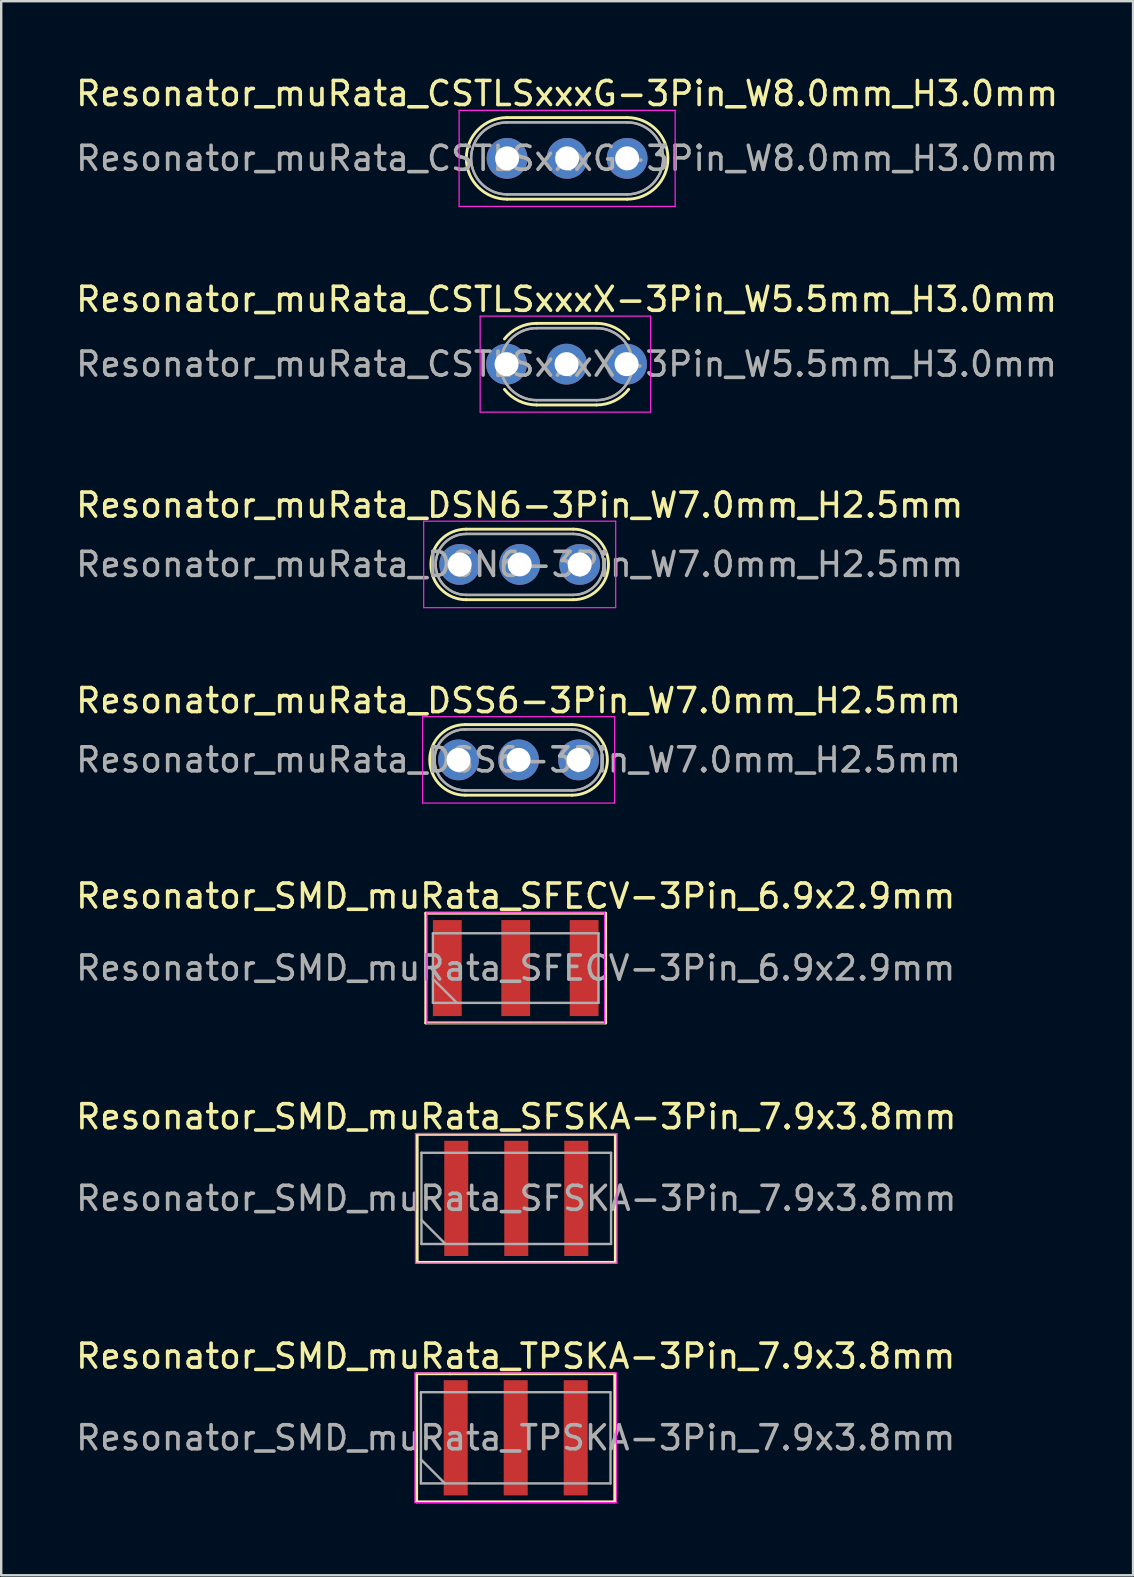
<source format=kicad_pcb>
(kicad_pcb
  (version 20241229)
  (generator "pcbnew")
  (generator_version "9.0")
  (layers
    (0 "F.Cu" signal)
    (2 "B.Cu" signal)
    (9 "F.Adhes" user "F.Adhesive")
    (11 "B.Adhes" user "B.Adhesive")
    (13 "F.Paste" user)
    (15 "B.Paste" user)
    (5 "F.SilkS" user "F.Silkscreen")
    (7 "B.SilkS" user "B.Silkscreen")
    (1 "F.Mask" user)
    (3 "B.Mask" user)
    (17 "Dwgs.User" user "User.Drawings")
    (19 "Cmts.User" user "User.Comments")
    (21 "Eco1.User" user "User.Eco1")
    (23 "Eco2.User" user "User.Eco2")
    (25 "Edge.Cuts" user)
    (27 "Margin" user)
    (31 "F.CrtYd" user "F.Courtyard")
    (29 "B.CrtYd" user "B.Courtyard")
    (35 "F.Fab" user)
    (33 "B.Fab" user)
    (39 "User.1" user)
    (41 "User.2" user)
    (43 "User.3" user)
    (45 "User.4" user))
  (footprint "Resonator_muRata_DSN6-3Pin_W7.0mm_H2.5mm"
    (layer "F.Cu")
    (at 16.101 20.465)
    (property "Reference" "Resonator_muRata_DSN6-3Pin_W7.0mm_H2.5mm" (at 2.5 -2.47 0) (layer "F.SilkS") (effects (font (size 1 1) (thickness 0.15))))
    (attr through_hole)
    (fp_line (start 0.27 -1.47) (end 4.73 -1.47) (stroke (width 0.12) (type solid)) (layer "F.SilkS"))
    (fp_line (start 0.27 1.47) (end 4.73 1.47) (stroke (width 0.12) (type solid)) (layer "F.SilkS"))
    (fp_arc (start 0.27 1.47) (mid -1.2 0) (end 0.27 -1.47) (stroke (width 0.12) (type solid)) (layer "F.SilkS"))
    (fp_arc (start 4.73 -1.47) (mid 6.2 0) (end 4.73 1.47) (stroke (width 0.12) (type solid)) (layer "F.SilkS"))
    (fp_line (start -1.5 -1.8) (end -1.5 1.8) (stroke (width 0.05) (type solid)) (layer "F.CrtYd"))
    (fp_line (start -1.5 1.8) (end 6.5 1.8) (stroke (width 0.05) (type solid)) (layer "F.CrtYd"))
    (fp_line (start 6.5 -1.8) (end -1.5 -1.8) (stroke (width 0.05) (type solid)) (layer "F.CrtYd"))
    (fp_line (start 6.5 1.8) (end 6.5 -1.8) (stroke (width 0.05) (type solid)) (layer "F.CrtYd"))
    (fp_line (start 0.27 -1.27) (end 4.73 -1.27) (stroke (width 0.1) (type solid)) (layer "F.Fab"))
    (fp_line (start 0.27 -1.27) (end 4.73 -1.27) (stroke (width 0.1) (type solid)) (layer "F.Fab"))
    (fp_line (start 0.27 1.27) (end 4.73 1.27) (stroke (width 0.1) (type solid)) (layer "F.Fab"))
    (fp_line (start 0.27 1.27) (end 4.73 1.27) (stroke (width 0.1) (type solid)) (layer "F.Fab"))
    (fp_arc (start 0.27 1.27) (mid -1 0) (end 0.27 -1.27) (stroke (width 0.1) (type solid)) (layer "F.Fab"))
    (fp_arc (start 0.27 1.27) (mid -1 0) (end 0.27 -1.27) (stroke (width 0.1) (type solid)) (layer "F.Fab"))
    (fp_arc (start 4.73 -1.27) (mid 6 0) (end 4.73 1.27) (stroke (width 0.1) (type solid)) (layer "F.Fab"))
    (fp_arc (start 4.73 -1.27) (mid 6 0) (end 4.73 1.27) (stroke (width 0.1) (type solid)) (layer "F.Fab"))
    (fp_text user "${REFERENCE}" (at 2.5 0 0) (layer "F.Fab") (effects (font (size 1 1) (thickness 0.15))))
    (pad "1" thru_hole circle (at 0 0) (size 1.7 1.7) (drill 1) (layers "*.Cu" "*.Mask"))
    (pad "2" thru_hole circle (at 2.5 0) (size 1.7 1.7) (drill 1) (layers "*.Cu" "*.Mask"))
    (pad "3" thru_hole circle (at 5 0) (size 1.7 1.7) (drill 1) (layers "*.Cu" "*.Mask")))
  (footprint "Resonator_muRata_DSS6-3Pin_W7.0mm_H2.5mm"
    (layer "F.Cu")
    (at 16.054 28.608)
    (property "Reference" "Resonator_muRata_DSS6-3Pin_W7.0mm_H2.5mm" (at 2.5 -2.47 0) (layer "F.SilkS") (effects (font (size 1 1) (thickness 0.15))))
    (attr through_hole)
    (fp_line (start 0.27 -1.47) (end 4.73 -1.47) (stroke (width 0.12) (type solid)) (layer "F.SilkS"))
    (fp_line (start 0.27 1.47) (end 4.73 1.47) (stroke (width 0.12) (type solid)) (layer "F.SilkS"))
    (fp_arc (start 0.27 1.47) (mid -1.2 0) (end 0.27 -1.47) (stroke (width 0.12) (type solid)) (layer "F.SilkS"))
    (fp_arc (start 4.73 -1.47) (mid 6.2 0) (end 4.73 1.47) (stroke (width 0.12) (type solid)) (layer "F.SilkS"))
    (fp_line (start -1.5 -1.8) (end -1.5 1.8) (stroke (width 0.05) (type solid)) (layer "F.CrtYd"))
    (fp_line (start -1.5 1.8) (end 6.5 1.8) (stroke (width 0.05) (type solid)) (layer "F.CrtYd"))
    (fp_line (start 6.5 -1.8) (end -1.5 -1.8) (stroke (width 0.05) (type solid)) (layer "F.CrtYd"))
    (fp_line (start 6.5 1.8) (end 6.5 -1.8) (stroke (width 0.05) (type solid)) (layer "F.CrtYd"))
    (fp_line (start 0.27 -1.27) (end 4.73 -1.27) (stroke (width 0.1) (type solid)) (layer "F.Fab"))
    (fp_line (start 0.27 -1.27) (end 4.73 -1.27) (stroke (width 0.1) (type solid)) (layer "F.Fab"))
    (fp_line (start 0.27 1.27) (end 4.73 1.27) (stroke (width 0.1) (type solid)) (layer "F.Fab"))
    (fp_line (start 0.27 1.27) (end 4.73 1.27) (stroke (width 0.1) (type solid)) (layer "F.Fab"))
    (fp_arc (start 0.27 1.27) (mid -1 0) (end 0.27 -1.27) (stroke (width 0.1) (type solid)) (layer "F.Fab"))
    (fp_arc (start 0.27 1.27) (mid -1 0) (end 0.27 -1.27) (stroke (width 0.1) (type solid)) (layer "F.Fab"))
    (fp_arc (start 4.73 -1.27) (mid 6 0) (end 4.73 1.27) (stroke (width 0.1) (type solid)) (layer "F.Fab"))
    (fp_arc (start 4.73 -1.27) (mid 6 0) (end 4.73 1.27) (stroke (width 0.1) (type solid)) (layer "F.Fab"))
    (fp_text user "${REFERENCE}" (at 2.5 0 0) (layer "F.Fab") (effects (font (size 1 1) (thickness 0.15))))
    (pad "1" thru_hole circle (at 0 0) (size 1.7 1.7) (drill 1) (layers "*.Cu" "*.Mask"))
    (pad "2" thru_hole circle (at 2.5 0) (size 1.7 1.7) (drill 1) (layers "*.Cu" "*.Mask"))
    (pad "3" thru_hole circle (at 5 0) (size 1.7 1.7) (drill 1) (layers "*.Cu" "*.Mask")))
  (footprint "Resonator_muRata_CSTLSxxxG-3Pin_W8.0mm_H3.0mm"
    (layer "F.Cu")
    (at 18.077 3.548)
    (property "Reference" "Resonator_muRata_CSTLSxxxG-3Pin_W8.0mm_H3.0mm" (at 2.5 -2.7 0) (layer "F.SilkS") (effects (font (size 1 1) (thickness 0.15))))
    (attr through_hole)
    (fp_line (start 0 -1.7) (end 5 -1.7) (stroke (width 0.12) (type solid)) (layer "F.SilkS"))
    (fp_line (start 0 1.7) (end 5 1.7) (stroke (width 0.12) (type solid)) (layer "F.SilkS"))
    (fp_arc (start 0 1.7) (mid -1.7 0) (end 0 -1.7) (stroke (width 0.12) (type solid)) (layer "F.SilkS"))
    (fp_arc (start 5 -1.7) (mid 6.7 0) (end 5 1.7) (stroke (width 0.12) (type solid)) (layer "F.SilkS"))
    (fp_line (start -2 -2) (end -2 2) (stroke (width 0.05) (type solid)) (layer "F.CrtYd"))
    (fp_line (start -2 2) (end 7 2) (stroke (width 0.05) (type solid)) (layer "F.CrtYd"))
    (fp_line (start 7 -2) (end -2 -2) (stroke (width 0.05) (type solid)) (layer "F.CrtYd"))
    (fp_line (start 7 2) (end 7 -2) (stroke (width 0.05) (type solid)) (layer "F.CrtYd"))
    (fp_line (start 0 -1.5) (end 5 -1.5) (stroke (width 0.1) (type solid)) (layer "F.Fab"))
    (fp_line (start 0 -1.5) (end 5 -1.5) (stroke (width 0.1) (type solid)) (layer "F.Fab"))
    (fp_line (start 0 1.5) (end 5 1.5) (stroke (width 0.1) (type solid)) (layer "F.Fab"))
    (fp_line (start 0 1.5) (end 5 1.5) (stroke (width 0.1) (type solid)) (layer "F.Fab"))
    (fp_arc (start 0 1.5) (mid -1.5 0) (end 0 -1.5) (stroke (width 0.1) (type solid)) (layer "F.Fab"))
    (fp_arc (start 0 1.5) (mid -1.5 0) (end 0 -1.5) (stroke (width 0.1) (type solid)) (layer "F.Fab"))
    (fp_arc (start 5 -1.5) (mid 6.5 0) (end 5 1.5) (stroke (width 0.1) (type solid)) (layer "F.Fab"))
    (fp_arc (start 5 -1.5) (mid 6.5 0) (end 5 1.5) (stroke (width 0.1) (type solid)) (layer "F.Fab"))
    (fp_text user "${REFERENCE}" (at 2.5 0 0) (layer "F.Fab") (effects (font (size 1 1) (thickness 0.15))))
    (pad "1" thru_hole circle (at 0 0) (size 1.7 1.7) (drill 1) (layers "*.Cu" "*.Mask"))
    (pad "2" thru_hole circle (at 2.5 0) (size 1.7 1.7) (drill 1) (layers "*.Cu" "*.Mask"))
    (pad "3" thru_hole circle (at 5 0) (size 1.7 1.7) (drill 1) (layers "*.Cu" "*.Mask")))
  (footprint "Resonator_muRata_CSTLSxxxX-3Pin_W5.5mm_H3.0mm"
    (layer "F.Cu")
    (at 18.054 12.121)
    (property "Reference" "Resonator_muRata_CSTLSxxxX-3Pin_W5.5mm_H3.0mm" (at 2.5 -2.7 0) (layer "F.SilkS") (effects (font (size 1 1) (thickness 0.15))))
    (attr through_hole)
    (fp_line (start 1.25 -1.7) (end 3.75 -1.7) (stroke (width 0.12) (type solid)) (layer "F.SilkS"))
    (fp_line (start 1.25 1.7) (end 3.75 1.7) (stroke (width 0.12) (type solid)) (layer "F.SilkS"))
    (fp_arc (start -0.08779 -1.048961) (mid 0.506102 -1.5286) (end 1.25 -1.7) (stroke (width 0.12) (type solid)) (layer "F.SilkS"))
    (fp_arc (start 1.25 1.7) (mid 0.506103 1.5286) (end -0.08779 1.048961) (stroke (width 0.12) (type solid)) (layer "F.SilkS"))
    (fp_arc (start 3.75 -1.7) (mid 4.493897 -1.5286) (end 5.08779 -1.048961) (stroke (width 0.12) (type solid)) (layer "F.SilkS"))
    (fp_arc (start 5.08779 1.048961) (mid 4.493898 1.5286) (end 3.75 1.7) (stroke (width 0.12) (type solid)) (layer "F.SilkS"))
    (fp_line (start -1.1 -2) (end -1.1 2) (stroke (width 0.05) (type solid)) (layer "F.CrtYd"))
    (fp_line (start -1.1 2) (end 6 2) (stroke (width 0.05) (type solid)) (layer "F.CrtYd"))
    (fp_line (start 6 -2) (end -1.1 -2) (stroke (width 0.05) (type solid)) (layer "F.CrtYd"))
    (fp_line (start 6 2) (end 6 -2) (stroke (width 0.05) (type solid)) (layer "F.CrtYd"))
    (fp_line (start 1.25 -1.5) (end 3.75 -1.5) (stroke (width 0.1) (type solid)) (layer "F.Fab"))
    (fp_line (start 1.25 -1.5) (end 3.75 -1.5) (stroke (width 0.1) (type solid)) (layer "F.Fab"))
    (fp_line (start 1.25 1.5) (end 3.75 1.5) (stroke (width 0.1) (type solid)) (layer "F.Fab"))
    (fp_line (start 1.25 1.5) (end 3.75 1.5) (stroke (width 0.1) (type solid)) (layer "F.Fab"))
    (fp_arc (start 1.25 1.5) (mid -0.25 0) (end 1.25 -1.5) (stroke (width 0.1) (type solid)) (layer "F.Fab"))
    (fp_arc (start 1.25 1.5) (mid -0.25 0) (end 1.25 -1.5) (stroke (width 0.1) (type solid)) (layer "F.Fab"))
    (fp_arc (start 3.75 -1.5) (mid 5.25 0) (end 3.75 1.5) (stroke (width 0.1) (type solid)) (layer "F.Fab"))
    (fp_arc (start 3.75 -1.5) (mid 5.25 0) (end 3.75 1.5) (stroke (width 0.1) (type solid)) (layer "F.Fab"))
    (fp_text user "${REFERENCE}" (at 2.5 0 0) (layer "F.Fab") (effects (font (size 1 1) (thickness 0.15))))
    (pad "1" thru_hole circle (at 0 0) (size 1.7 1.7) (drill 1) (layers "*.Cu" "*.Mask"))
    (pad "2" thru_hole circle (at 2.5 0) (size 1.7 1.7) (drill 1) (layers "*.Cu" "*.Mask"))
    (pad "3" thru_hole circle (at 5 0) (size 1.7 1.7) (drill 1) (layers "*.Cu" "*.Mask")))
  (footprint "Resonator_SMD_muRata_TPSKA-3Pin_7.9x3.8mm"
    (layer "F.Cu")
    (at 18.435 56.851)
    (property "Reference" "Resonator_SMD_muRata_TPSKA-3Pin_7.9x3.8mm" (at 0 -3.4 0) (layer "F.SilkS") (effects (font (size 1 1) (thickness 0.15))))
    (attr smd)
    (fp_line (start -4.128 -2.667) (end -4.128 2.667) (stroke (width 0.12) (type solid)) (layer "F.SilkS"))
    (fp_line (start -4.128 2.667) (end 4.128 2.667) (stroke (width 0.12) (type solid)) (layer "F.SilkS"))
    (fp_line (start -2.731 -2.667) (end -4.128 -2.667) (stroke (width 0.12) (type solid)) (layer "F.SilkS"))
    (fp_line (start 4.128 -2.667) (end -2.731 -2.667) (stroke (width 0.12) (type solid)) (layer "F.SilkS"))
    (fp_line (start 4.128 2.667) (end 4.128 -2.667) (stroke (width 0.12) (type solid)) (layer "F.SilkS"))
    (fp_line (start -4.2 -2.7) (end -4.2 2.7) (stroke (width 0.05) (type solid)) (layer "F.CrtYd"))
    (fp_line (start -4.2 2.7) (end 4.2 2.7) (stroke (width 0.05) (type solid)) (layer "F.CrtYd"))
    (fp_line (start 4.2 -2.7) (end -4.2 -2.7) (stroke (width 0.05) (type solid)) (layer "F.CrtYd"))
    (fp_line (start 4.2 2.7) (end 4.2 -2.7) (stroke (width 0.05) (type solid)) (layer "F.CrtYd"))
    (fp_line (start -3.95 -1.9) (end -3.95 1.9) (stroke (width 0.1) (type solid)) (layer "F.Fab"))
    (fp_line (start -3.95 0.9) (end -2.95 1.9) (stroke (width 0.1) (type solid)) (layer "F.Fab"))
    (fp_line (start -3.95 1.9) (end 3.95 1.9) (stroke (width 0.1) (type solid)) (layer "F.Fab"))
    (fp_line (start 3.95 -1.9) (end -3.95 -1.9) (stroke (width 0.1) (type solid)) (layer "F.Fab"))
    (fp_line (start 3.95 1.9) (end 3.95 -1.9) (stroke (width 0.1) (type solid)) (layer "F.Fab"))
    (fp_text user "${REFERENCE}" (at 0 0 0) (layer "F.Fab") (effects (font (size 1 1) (thickness 0.15))))
    (pad "1" smd rect (at -2.5 0) (size 1 4.8) (layers "F.Cu" "F.Mask" "F.Paste"))
    (pad "2" smd rect (at 0 0) (size 1 4.8) (layers "F.Cu" "F.Mask" "F.Paste"))
    (pad "3" smd rect (at 2.5 0) (size 1 4.8) (layers "F.Cu" "F.Mask" "F.Paste")))
  (footprint "Resonator_SMD_muRata_SFECV-3Pin_6.9x2.9mm"
    (layer "F.Cu")
    (at 18.435 37.281)
    (property "Reference" "Resonator_SMD_muRata_SFECV-3Pin_6.9x2.9mm" (at 0 -3 0) (layer "F.SilkS") (effects (font (size 1 1) (thickness 0.15))))
    (attr smd)
    (fp_line (start -3.747 -2.286) (end -3.747 2.286) (stroke (width 0.12) (type solid)) (layer "F.SilkS"))
    (fp_line (start -3.747 2.286) (end 3.747 2.286) (stroke (width 0.12) (type solid)) (layer "F.SilkS"))
    (fp_line (start 3.747 -2.286) (end -3.747 -2.286) (stroke (width 0.12) (type solid)) (layer "F.SilkS"))
    (fp_line (start 3.747 2.286) (end 3.747 -2.286) (stroke (width 0.12) (type solid)) (layer "F.SilkS"))
    (fp_line (start -3.7 -2.3) (end -3.7 2.3) (stroke (width 0.05) (type solid)) (layer "F.CrtYd"))
    (fp_line (start -3.7 2.3) (end 3.7 2.3) (stroke (width 0.05) (type solid)) (layer "F.CrtYd"))
    (fp_line (start 3.7 -2.3) (end -3.7 -2.3) (stroke (width 0.05) (type solid)) (layer "F.CrtYd"))
    (fp_line (start 3.7 2.3) (end 3.7 -2.3) (stroke (width 0.05) (type solid)) (layer "F.CrtYd"))
    (fp_line (start -3.45 -1.45) (end -3.45 1.45) (stroke (width 0.1) (type solid)) (layer "F.Fab"))
    (fp_line (start -3.45 0.45) (end -2.45 1.45) (stroke (width 0.1) (type solid)) (layer "F.Fab"))
    (fp_line (start -3.45 1.45) (end 3.45 1.45) (stroke (width 0.1) (type solid)) (layer "F.Fab"))
    (fp_line (start 3.45 -1.45) (end -3.45 -1.45) (stroke (width 0.1) (type solid)) (layer "F.Fab"))
    (fp_line (start 3.45 1.45) (end 3.45 -1.45) (stroke (width 0.1) (type solid)) (layer "F.Fab"))
    (fp_text user "${REFERENCE}" (at 0 0 0) (layer "F.Fab") (effects (font (size 1 1) (thickness 0.15))))
    (pad "1" smd rect (at -2.85 0) (size 1.2 4) (layers "F.Cu" "F.Mask" "F.Paste"))
    (pad "2" smd rect (at 0 0) (size 1.2 4) (layers "F.Cu" "F.Mask" "F.Paste"))
    (pad "3" smd rect (at 2.85 0) (size 1.2 4) (layers "F.Cu" "F.Mask" "F.Paste")))
  (footprint "Resonator_SMD_muRata_SFSKA-3Pin_7.9x3.8mm"
    (layer "F.Cu")
    (at 18.458 46.876)
    (property "Reference" "Resonator_SMD_muRata_SFSKA-3Pin_7.9x3.8mm" (at 0 -3.4 0) (layer "F.SilkS") (effects (font (size 1 1) (thickness 0.15))))
    (attr smd)
    (fp_line (start -4.128 -2.667) (end -4.128 2.667) (stroke (width 0.12) (type solid)) (layer "F.SilkS"))
    (fp_line (start -4.128 2.667) (end 4.128 2.667) (stroke (width 0.12) (type solid)) (layer "F.SilkS"))
    (fp_line (start 4.128 -2.667) (end -4.128 -2.667) (stroke (width 0.12) (type solid)) (layer "F.SilkS"))
    (fp_line (start 4.128 2.667) (end 4.128 -2.667) (stroke (width 0.12) (type solid)) (layer "F.SilkS"))
    (fp_line (start -4.2 -2.7) (end -4.2 2.7) (stroke (width 0.05) (type solid)) (layer "F.CrtYd"))
    (fp_line (start -4.2 2.7) (end 4.2 2.7) (stroke (width 0.05) (type solid)) (layer "F.CrtYd"))
    (fp_line (start 4.2 -2.7) (end -4.2 -2.7) (stroke (width 0.05) (type solid)) (layer "F.CrtYd"))
    (fp_line (start 4.2 2.7) (end 4.2 -2.7) (stroke (width 0.05) (type solid)) (layer "F.CrtYd"))
    (fp_line (start -3.95 -1.9) (end -3.95 1.9) (stroke (width 0.1) (type solid)) (layer "F.Fab"))
    (fp_line (start -3.95 0.9) (end -2.95 1.9) (stroke (width 0.1) (type solid)) (layer "F.Fab"))
    (fp_line (start -3.95 1.9) (end 3.95 1.9) (stroke (width 0.1) (type solid)) (layer "F.Fab"))
    (fp_line (start 3.95 -1.9) (end -3.95 -1.9) (stroke (width 0.1) (type solid)) (layer "F.Fab"))
    (fp_line (start 3.95 1.9) (end 3.95 -1.9) (stroke (width 0.1) (type solid)) (layer "F.Fab"))
    (fp_text user "${REFERENCE}" (at 0 0 0) (layer "F.Fab") (effects (font (size 1 1) (thickness 0.15))))
    (pad "1" smd rect (at -2.5 0) (size 1 4.8) (layers "F.Cu" "F.Mask" "F.Paste"))
    (pad "2" smd rect (at 0 0) (size 1 4.8) (layers "F.Cu" "F.Mask" "F.Paste"))
    (pad "3" smd rect (at 2.5 0) (size 1 4.8) (layers "F.Cu" "F.Mask" "F.Paste")))
  (gr_rect
    (start -3 -3)
    (end 44.155 62.578)
    (stroke (width 0.1) (type default))
    (fill no)
    (layer "Edge.Cuts")))
</source>
